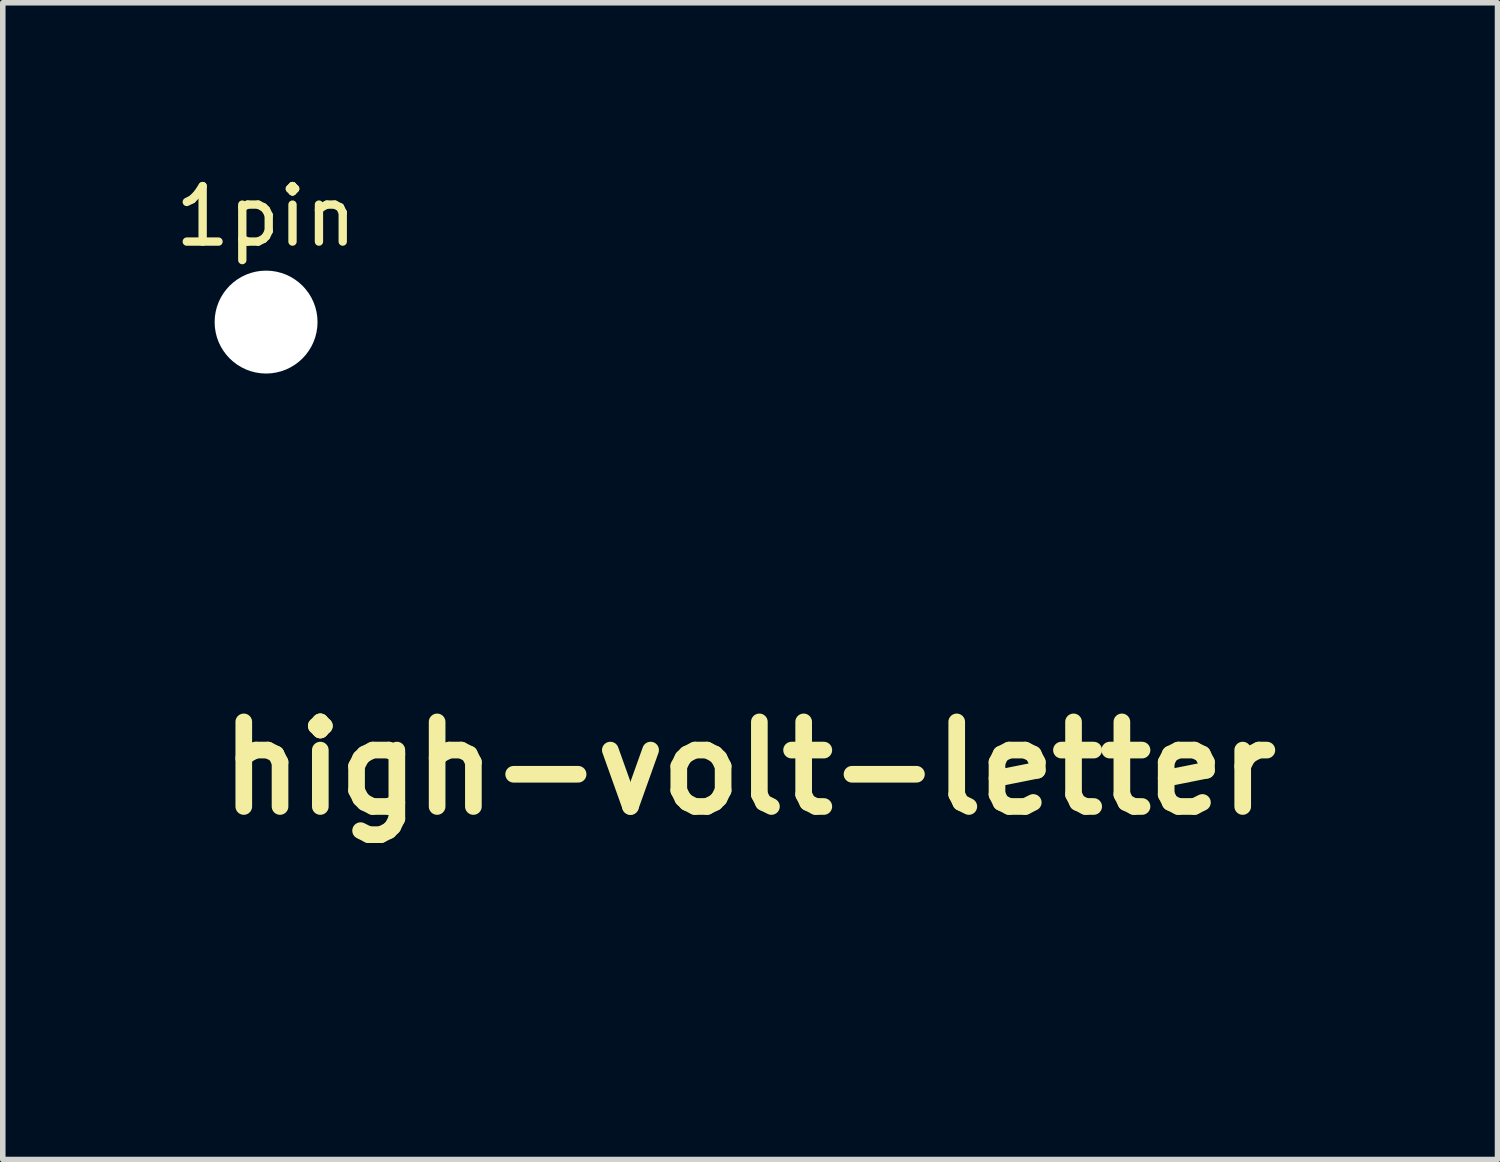
<source format=kicad_pcb>
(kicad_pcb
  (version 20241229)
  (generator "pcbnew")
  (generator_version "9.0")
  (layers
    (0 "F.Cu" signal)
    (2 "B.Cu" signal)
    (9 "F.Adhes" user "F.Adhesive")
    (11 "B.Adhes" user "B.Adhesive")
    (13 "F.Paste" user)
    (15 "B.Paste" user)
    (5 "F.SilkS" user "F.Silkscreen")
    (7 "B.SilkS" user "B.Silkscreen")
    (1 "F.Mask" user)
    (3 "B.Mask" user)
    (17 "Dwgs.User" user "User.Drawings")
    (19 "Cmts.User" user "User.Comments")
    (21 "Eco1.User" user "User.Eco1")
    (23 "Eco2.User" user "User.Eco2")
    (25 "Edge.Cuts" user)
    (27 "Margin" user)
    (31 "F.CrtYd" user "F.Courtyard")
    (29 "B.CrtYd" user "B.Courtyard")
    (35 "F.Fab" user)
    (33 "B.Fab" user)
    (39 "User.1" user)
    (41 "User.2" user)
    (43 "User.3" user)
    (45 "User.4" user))
  (footprint "high-volt-letter"
    (layer "F.Cu")
    (at 10.45 10.791)
    (property "Reference" "high-volt-letter" (at 0 0 0) (layer "F.SilkS") (effects (font (size 1.524 1.524) (thickness 0.3))))
    (attr through_hole)
    (fp_poly (pts (xy -4.064 3.962) (xy -4.775 3.962) (xy -4.775 0.508) (xy -4.064 0.508) (xy -4.064 3.962)) (stroke (width 0.01) (type solid)) (fill yes) (layer "F.Mask"))
    (fp_poly (pts (xy 0.914 3.962) (xy 0.203 3.962) (xy 0.203 0.508) (xy 0.914 0.508) (xy 0.914 3.962)) (stroke (width 0.01) (type solid)) (fill yes) (layer "F.Mask"))
    (fp_poly (pts (xy -7.899 -4.045) (xy -7.569 -4.013) (xy -7.552 -2.261) (xy -7.535 -0.508) (xy -8.23 -0.508) (xy -8.23 -4.077) (xy -7.899 -4.045)) (stroke (width 0.01) (type solid)) (fill yes) (layer "F.Mask"))
    (fp_poly (pts (xy 2.438 -1.321) (xy 2.845 -1.321) (xy 3.105 -1.311) (xy 3.221 -1.243) (xy 3.25 -1.057) (xy 3.251 -0.914) (xy 3.251 -0.508) (xy 1.727 -0.508) (xy 1.727 -4.064) (xy 2.438 -4.064) (xy 2.438 -1.321)) (stroke (width 0.01) (type solid)) (fill yes) (layer "F.Mask"))
    (fp_poly (pts (xy -3.406 0.529) (xy -3.003 0.559) (xy -2.663 2.388) (xy -2.653 1.448) (xy -2.642 0.508) (xy -1.93 0.508) (xy -1.93 3.962) (xy -2.722 3.962) (xy -2.927 2.921) (xy -3.131 1.88) (xy -3.14 2.921) (xy -3.15 3.962) (xy -3.81 3.962) (xy -3.81 0.499) (xy -3.406 0.529)) (stroke (width 0.01) (type solid)) (fill yes) (layer "F.Mask"))
    (fp_poly (pts (xy 4.775 -3.662) (xy 4.762 -3.398) (xy 4.698 -3.28) (xy 4.548 -3.251) (xy 4.521 -3.251) (xy 4.267 -3.251) (xy 4.267 -0.508) (xy 3.556 -0.508) (xy 3.556 -3.251) (xy 3.296 -3.251) (xy 3.127 -3.271) (xy 3.062 -3.37) (xy 3.065 -3.606) (xy 3.067 -3.632) (xy 3.099 -4.013) (xy 4.775 -4.072) (xy 4.775 -3.662)) (stroke (width 0.01) (type solid)) (fill yes) (layer "F.Mask"))
    (fp_poly (pts (xy -3.556 -0.508) (xy -4.267 -0.508) (xy -4.267 -1.219) (xy -4.276 -1.606) (xy -4.308 -1.827) (xy -4.372 -1.92) (xy -4.42 -1.93) (xy -4.502 -1.889) (xy -4.55 -1.738) (xy -4.57 -1.442) (xy -4.572 -1.219) (xy -4.572 -0.508) (xy -5.39 -0.508) (xy -5.362 -2.261) (xy -5.334 -4.013) (xy -4.623 -4.013) (xy -4.593 -3.378) (xy -4.561 -3.007) (xy -4.507 -2.806) (xy -4.419 -2.743) (xy -4.415 -2.743) (xy -4.331 -2.792) (xy -4.285 -2.961) (xy -4.268 -3.287) (xy -4.267 -3.404) (xy -4.267 -4.064) (xy -3.556 -4.064) (xy -3.556 -0.508)) (stroke (width 0.01) (type solid)) (fill yes) (layer "F.Mask"))
    (fp_poly (pts (xy -9.652 -3.404) (xy -9.646 -3.046) (xy -9.617 -2.847) (xy -9.554 -2.761) (xy -9.449 -2.743) (xy -9.339 -2.764) (xy -9.278 -2.855) (xy -9.251 -3.063) (xy -9.246 -3.404) (xy -9.246 -4.064) (xy -8.534 -4.064) (xy -8.534 -0.508) (xy -9.246 -0.508) (xy -9.246 -1.219) (xy -9.251 -1.593) (xy -9.276 -1.807) (xy -9.332 -1.905) (xy -9.433 -1.93) (xy -9.449 -1.93) (xy -9.556 -1.911) (xy -9.617 -1.825) (xy -9.645 -1.627) (xy -9.652 -1.276) (xy -9.652 -1.219) (xy -9.652 -0.508) (xy -10.363 -0.508) (xy -10.363 -4.064) (xy -9.652 -4.064) (xy -9.652 -3.404)) (stroke (width 0.01) (type solid)) (fill yes) (layer "F.Mask"))
    (fp_poly (pts (xy 4.775 0.864) (xy 4.763 1.091) (xy 4.687 1.192) (xy 4.489 1.218) (xy 4.369 1.219) (xy 4.108 1.231) (xy 3.992 1.296) (xy 3.963 1.459) (xy 3.962 1.524) (xy 3.983 1.731) (xy 4.087 1.814) (xy 4.306 1.829) (xy 4.546 1.852) (xy 4.655 1.957) (xy 4.695 2.134) (xy 4.715 2.384) (xy 4.645 2.502) (xy 4.438 2.538) (xy 4.301 2.54) (xy 4.074 2.557) (xy 3.981 2.649) (xy 3.962 2.879) (xy 3.962 2.896) (xy 3.975 3.123) (xy 4.051 3.224) (xy 4.249 3.25) (xy 4.369 3.251) (xy 4.629 3.262) (xy 4.745 3.328) (xy 4.774 3.502) (xy 4.775 3.607) (xy 4.775 3.962) (xy 3.251 3.962) (xy 3.251 0.508) (xy 4.775 0.508) (xy 4.775 0.864)) (stroke (width 0.01) (type solid)) (fill yes) (layer "F.Mask"))
    (fp_poly (pts (xy 10.009 -4.054) (xy 10.263 -4.01) (xy 10.389 -3.908) (xy 10.425 -3.725) (xy 10.417 -3.556) (xy 10.379 -3.392) (xy 10.258 -3.31) (xy 9.995 -3.273) (xy 9.968 -3.27) (xy 9.699 -3.24) (xy 9.581 -3.174) (xy 9.563 -3.033) (xy 9.57 -2.966) (xy 9.62 -2.781) (xy 9.757 -2.693) (xy 9.982 -2.661) (xy 10.232 -2.625) (xy 10.339 -2.535) (xy 10.363 -2.33) (xy 10.363 -2.28) (xy 10.351 -2.056) (xy 10.273 -1.957) (xy 10.073 -1.931) (xy 9.957 -1.93) (xy 9.696 -1.918) (xy 9.58 -1.853) (xy 9.551 -1.691) (xy 9.55 -1.626) (xy 9.564 -1.438) (xy 9.64 -1.349) (xy 9.835 -1.323) (xy 10.008 -1.321) (xy 10.465 -1.321) (xy 10.465 -0.508) (xy 8.839 -0.508) (xy 8.839 -4.064) (xy 9.59 -4.064) (xy 10.009 -4.054)) (stroke (width 0.01) (type solid)) (fill yes) (layer "F.Mask"))
    (fp_poly (pts (xy 2.255 0.529) (xy 2.568 0.609) (xy 2.78 0.777) (xy 2.909 1.058) (xy 2.974 1.481) (xy 2.993 2.072) (xy 2.992 2.235) (xy 2.976 2.868) (xy 2.923 3.326) (xy 2.815 3.637) (xy 2.633 3.828) (xy 2.359 3.927) (xy 1.973 3.961) (xy 1.822 3.962) (xy 1.118 3.962) (xy 1.118 2.252) (xy 1.829 2.252) (xy 1.832 2.71) (xy 1.845 3.002) (xy 1.877 3.164) (xy 1.935 3.235) (xy 2.026 3.251) (xy 2.032 3.251) (xy 2.125 3.237) (xy 2.184 3.17) (xy 2.217 3.014) (xy 2.232 2.73) (xy 2.235 2.283) (xy 2.235 2.246) (xy 2.228 1.754) (xy 2.203 1.434) (xy 2.157 1.254) (xy 2.093 1.186) (xy 1.979 1.162) (xy 1.903 1.213) (xy 1.858 1.369) (xy 1.836 1.66) (xy 1.829 2.118) (xy 1.829 2.252) (xy 1.118 2.252) (xy 1.118 0.508) (xy 1.822 0.508) (xy 2.255 0.529)) (stroke (width 0.01) (type solid)) (fill yes) (layer "F.Mask"))
    (fp_poly (pts (xy -1.576 -3.384) (xy -1.527 -2.905) (xy -1.471 -2.394) (xy -1.434 -2.083) (xy -1.361 -1.473) (xy -1.288 -2.184) (xy -1.24 -2.659) (xy -1.189 -3.155) (xy -1.157 -3.48) (xy -1.098 -4.064) (xy -0.752 -4.064) (xy -0.635 -4.066) (xy -0.542 -4.06) (xy -0.476 -4.025) (xy -0.436 -3.94) (xy -0.424 -3.785) (xy -0.44 -3.54) (xy -0.485 -3.185) (xy -0.559 -2.699) (xy -0.663 -2.063) (xy -0.799 -1.254) (xy -0.868 -0.838) (xy -0.918 -0.633) (xy -1.016 -0.537) (xy -1.227 -0.509) (xy -1.369 -0.508) (xy -1.675 -0.531) (xy -1.83 -0.612) (xy -1.868 -0.686) (xy -1.901 -0.846) (xy -1.957 -1.167) (xy -2.028 -1.607) (xy -2.107 -2.124) (xy -2.139 -2.337) (xy -2.217 -2.865) (xy -2.285 -3.324) (xy -2.337 -3.675) (xy -2.368 -3.879) (xy -2.372 -3.912) (xy -2.293 -3.985) (xy -2.078 -4.037) (xy -2.015 -4.044) (xy -1.643 -4.075) (xy -1.576 -3.384)) (stroke (width 0.01) (type solid)) (fill yes) (layer "F.Mask"))
    (fp_poly (pts (xy 10.445 1.231) (xy 10.414 1.772) (xy 9.347 2.25) (xy 8.823 2.482) (xy 8.459 2.633) (xy 8.231 2.708) (xy 8.113 2.712) (xy 8.083 2.648) (xy 8.116 2.523) (xy 8.131 2.483) (xy 8.2 2.273) (xy 8.197 2.163) (xy 8.098 2.156) (xy 7.881 2.252) (xy 7.522 2.454) (xy 7.37 2.544) (xy 6.89 2.825) (xy 6.561 3.009) (xy 6.361 3.104) (xy 6.266 3.117) (xy 6.254 3.057) (xy 6.302 2.931) (xy 6.312 2.907) (xy 6.388 2.679) (xy 6.337 2.586) (xy 6.15 2.626) (xy 5.821 2.795) (xy 5.602 2.917) (xy 5.491 2.965) (xy 5.498 2.929) (xy 5.632 2.795) (xy 5.903 2.554) (xy 6.31 2.202) (xy 6.679 1.892) (xy 6.917 1.708) (xy 7.043 1.642) (xy 7.075 1.681) (xy 7.047 1.778) (xy 7.022 1.872) (xy 7.055 1.91) (xy 7.17 1.884) (xy 7.392 1.786) (xy 7.745 1.605) (xy 8.19 1.368) (xy 9.238 0.806) (xy 9.084 1.175) (xy 8.93 1.544) (xy 10.476 0.691) (xy 10.445 1.231)) (stroke (width 0.01) (type solid)) (fill yes) (layer "F.Mask"))
    (fp_poly (pts (xy -0.498 0.489) (xy -0.206 0.701) (xy -0.028 0.992) (xy 0 1.164) (xy -0.027 1.341) (xy -0.148 1.411) (xy -0.344 1.422) (xy -0.598 1.39) (xy -0.721 1.27) (xy -0.747 1.196) (xy -0.816 1.045) (xy -0.915 1.077) (xy -0.924 1.087) (xy -1.005 1.291) (xy -0.928 1.537) (xy -0.719 1.77) (xy -0.575 1.864) (xy -0.226 2.131) (xy -0.028 2.493) (xy 0.036 2.982) (xy 0.035 3.086) (xy 0.002 3.434) (xy -0.091 3.662) (xy -0.25 3.833) (xy -0.618 4.026) (xy -1.027 4.044) (xy -1.413 3.887) (xy -1.459 3.853) (xy -1.671 3.604) (xy -1.727 3.295) (xy -1.71 3.06) (xy -1.618 2.964) (xy -1.388 2.946) (xy -1.379 2.946) (xy -1.132 2.972) (xy -1.022 3.075) (xy -0.998 3.175) (xy -0.928 3.354) (xy -0.828 3.356) (xy -0.745 3.193) (xy -0.731 3.112) (xy -0.752 2.933) (xy -0.887 2.753) (xy -1.161 2.534) (xy -1.509 2.215) (xy -1.69 1.853) (xy -1.723 1.399) (xy -1.692 1.137) (xy -1.543 0.744) (xy -1.258 0.495) (xy -0.854 0.406) (xy -0.848 0.406) (xy -0.498 0.489)) (stroke (width 0.01) (type solid)) (fill yes) (layer "F.Mask"))
    (fp_poly (pts (xy 5.68 -4.043) (xy 6.138 -4.013) (xy 6.416 -2.438) (xy 6.535 -1.771) (xy 6.619 -1.279) (xy 6.668 -0.934) (xy 6.681 -0.71) (xy 6.657 -0.582) (xy 6.596 -0.523) (xy 6.497 -0.507) (xy 6.358 -0.508) (xy 6.357 -0.508) (xy 6.116 -0.53) (xy 6.009 -0.629) (xy 5.976 -0.787) (xy 5.911 -0.997) (xy 5.746 -1.065) (xy 5.69 -1.067) (xy 5.494 -1.022) (xy 5.412 -0.849) (xy 5.403 -0.787) (xy 5.361 -0.607) (xy 5.248 -0.527) (xy 5.002 -0.508) (xy 4.965 -0.508) (xy 4.706 -0.522) (xy 4.604 -0.581) (xy 4.609 -0.686) (xy 4.643 -0.843) (xy 4.705 -1.163) (xy 4.786 -1.605) (xy 4.85 -1.956) (xy 5.497 -1.956) (xy 5.542 -1.847) (xy 5.626 -1.829) (xy 5.729 -1.873) (xy 5.776 -2.034) (xy 5.784 -2.311) (xy 5.766 -2.612) (xy 5.727 -2.866) (xy 5.679 -3.041) (xy 5.634 -3.101) (xy 5.602 -3.013) (xy 5.594 -2.896) (xy 5.571 -2.579) (xy 5.526 -2.228) (xy 5.523 -2.21) (xy 5.497 -1.956) (xy 4.85 -1.956) (xy 4.881 -2.131) (xy 4.941 -2.469) (xy 5.222 -4.073) (xy 5.68 -4.043)) (stroke (width 0.01) (type solid)) (fill yes) (layer "F.Mask"))
    (fp_poly (pts (xy 0.916 -4.049) (xy 1.144 -3.985) (xy 1.301 -3.845) (xy 1.398 -3.601) (xy 1.45 -3.226) (xy 1.471 -2.692) (xy 1.473 -2.278) (xy 1.471 -1.721) (xy 1.459 -1.33) (xy 1.435 -1.068) (xy 1.392 -0.899) (xy 1.326 -0.786) (xy 1.27 -0.726) (xy 0.904 -0.512) (xy 0.462 -0.475) (xy 0.246 -0.518) (xy 0.035 -0.61) (xy -0.117 -0.766) (xy -0.217 -1.017) (xy -0.275 -1.393) (xy -0.297 -1.843) (xy 0.418 -1.843) (xy 0.43 -1.468) (xy 0.467 -1.244) (xy 0.533 -1.144) (xy 0.634 -1.143) (xy 0.635 -1.143) (xy 0.697 -1.234) (xy 0.737 -1.471) (xy 0.758 -1.876) (xy 0.762 -2.294) (xy 0.758 -2.793) (xy 0.741 -3.12) (xy 0.709 -3.309) (xy 0.656 -3.391) (xy 0.61 -3.404) (xy 0.537 -3.367) (xy 0.487 -3.234) (xy 0.454 -2.973) (xy 0.433 -2.552) (xy 0.428 -2.395) (xy 0.418 -1.843) (xy -0.297 -1.843) (xy -0.301 -1.923) (xy -0.305 -2.328) (xy -0.301 -2.854) (xy -0.285 -3.22) (xy -0.252 -3.468) (xy -0.195 -3.64) (xy -0.108 -3.779) (xy -0.094 -3.796) (xy 0.079 -3.968) (xy 0.295 -4.046) (xy 0.601 -4.064) (xy 0.916 -4.049)) (stroke (width 0.01) (type solid)) (fill yes) (layer "F.Mask"))
    (fp_poly (pts (xy -6.152 -4.057) (xy -5.856 -3.87) (xy -5.653 -3.561) (xy -5.588 -3.196) (xy -5.624 -3.015) (xy -5.771 -2.951) (xy -5.882 -2.946) (xy -6.114 -2.991) (xy -6.227 -3.156) (xy -6.239 -3.2) (xy -6.339 -3.391) (xy -6.454 -3.454) (xy -6.52 -3.422) (xy -6.564 -3.304) (xy -6.59 -3.069) (xy -6.602 -2.686) (xy -6.604 -2.279) (xy -6.601 -1.774) (xy -6.59 -1.44) (xy -6.565 -1.243) (xy -6.521 -1.152) (xy -6.453 -1.133) (xy -6.426 -1.136) (xy -6.311 -1.234) (xy -6.231 -1.428) (xy -6.199 -1.64) (xy -6.232 -1.795) (xy -6.293 -1.829) (xy -6.369 -1.917) (xy -6.401 -2.13) (xy -6.401 -2.134) (xy -6.388 -2.321) (xy -6.311 -2.41) (xy -6.116 -2.437) (xy -5.944 -2.438) (xy -5.486 -2.438) (xy -5.486 -1.473) (xy -5.488 -1.026) (xy -5.501 -0.744) (xy -5.533 -0.589) (xy -5.595 -0.523) (xy -5.696 -0.508) (xy -5.732 -0.508) (xy -5.941 -0.555) (xy -6.029 -0.635) (xy -6.104 -0.705) (xy -6.164 -0.649) (xy -6.385 -0.501) (xy -6.69 -0.467) (xy -6.885 -0.513) (xy -7.07 -0.636) (xy -7.203 -0.853) (xy -7.289 -1.19) (xy -7.336 -1.676) (xy -7.35 -2.313) (xy -7.347 -2.83) (xy -7.33 -3.188) (xy -7.293 -3.431) (xy -7.229 -3.604) (xy -7.15 -3.729) (xy -6.844 -4.002) (xy -6.496 -4.106) (xy -6.152 -4.057)) (stroke (width 0.01) (type solid)) (fill yes) (layer "F.Mask"))
    (fp_poly (pts (xy -10.22 0.76) (xy -9.962 0.887) (xy -9.64 1.066) (xy -9.631 1.071) (xy -9.263 1.276) (xy -9.046 1.365) (xy -8.963 1.342) (xy -8.997 1.207) (xy -9.034 1.133) (xy -9.121 0.945) (xy -9.144 0.863) (xy -9.06 0.882) (xy -8.832 0.98) (xy -8.493 1.143) (xy -8.08 1.354) (xy -8.066 1.361) (xy -7.607 1.596) (xy -7.3 1.741) (xy -7.12 1.803) (xy -7.043 1.792) (xy -7.041 1.724) (xy -7.067 1.563) (xy -7.054 1.524) (xy -6.967 1.585) (xy -6.766 1.746) (xy -6.488 1.974) (xy -6.174 2.236) (xy -5.863 2.5) (xy -5.593 2.733) (xy -5.404 2.903) (xy -5.385 2.92) (xy -5.383 2.95) (xy -5.524 2.888) (xy -5.778 2.747) (xy -5.778 2.747) (xy -6.068 2.588) (xy -6.281 2.489) (xy -6.365 2.47) (xy -6.363 2.584) (xy -6.299 2.794) (xy -6.232 3.002) (xy -6.22 3.103) (xy -6.313 3.065) (xy -6.544 2.943) (xy -6.875 2.757) (xy -7.195 2.571) (xy -7.583 2.348) (xy -7.903 2.176) (xy -8.118 2.075) (xy -8.188 2.059) (xy -8.19 2.176) (xy -8.128 2.388) (xy -8.06 2.596) (xy -8.049 2.697) (xy -8.147 2.669) (xy -8.393 2.57) (xy -8.753 2.417) (xy -9.189 2.224) (xy -9.246 2.198) (xy -10.414 1.672) (xy -10.445 1.191) (xy -10.443 0.868) (xy -10.386 0.719) (xy -10.36 0.711) (xy -10.22 0.76)) (stroke (width 0.01) (type solid)) (fill yes) (layer "F.Mask"))
    (fp_poly (pts (xy 8.118 -4.005) (xy 8.378 -3.811) (xy 8.529 -3.479) (xy 8.608 -3.173) (xy 8.61 -3.015) (xy 8.513 -2.955) (xy 8.296 -2.946) (xy 8.287 -2.946) (xy 8.041 -2.972) (xy 7.931 -3.075) (xy 7.906 -3.175) (xy 7.823 -3.354) (xy 7.722 -3.404) (xy 7.653 -3.372) (xy 7.608 -3.254) (xy 7.582 -3.019) (xy 7.571 -2.635) (xy 7.569 -2.287) (xy 7.573 -1.793) (xy 7.587 -1.466) (xy 7.617 -1.271) (xy 7.669 -1.174) (xy 7.747 -1.137) (xy 7.868 -1.154) (xy 7.918 -1.299) (xy 7.925 -1.466) (xy 7.9 -1.704) (xy 7.838 -1.825) (xy 7.823 -1.829) (xy 7.752 -1.917) (xy 7.722 -2.13) (xy 7.722 -2.134) (xy 7.735 -2.321) (xy 7.811 -2.41) (xy 8.006 -2.437) (xy 8.179 -2.438) (xy 8.636 -2.438) (xy 8.636 -1.473) (xy 8.634 -1.026) (xy 8.622 -0.744) (xy 8.59 -0.589) (xy 8.528 -0.523) (xy 8.425 -0.508) (xy 8.382 -0.508) (xy 8.191 -0.541) (xy 8.128 -0.604) (xy 8.052 -0.629) (xy 7.866 -0.562) (xy 7.849 -0.553) (xy 7.631 -0.447) (xy 7.491 -0.427) (xy 7.322 -0.491) (xy 7.244 -0.528) (xy 7.058 -0.679) (xy 6.928 -0.94) (xy 6.848 -1.337) (xy 6.811 -1.895) (xy 6.807 -2.235) (xy 6.826 -2.905) (xy 6.89 -3.398) (xy 7.012 -3.737) (xy 7.202 -3.945) (xy 7.473 -4.045) (xy 7.722 -4.064) (xy 8.118 -4.005)) (stroke (width 0.01) (type solid)) (fill yes) (layer "F.Mask")))
  (footprint "1pin"
    (layer "F.Cu")
    (at 1.744 2.753)
    (property "Reference" "1pin" (at 0 -1.905 0) (layer "F.SilkS") (effects (font (size 1 1) (thickness 0.15))))
    (attr through_hole)
    (pad "" np_thru_hole circle (at 0 0) (size 1.854 1.854) (drill 1.854) (layers "*.Cu" "*.Mask")))
  (gr_rect
    (start -3 -3)
    (end 23.931 17.841)
    (stroke (width 0.1) (type default))
    (fill no)
    (layer "Edge.Cuts")))
</source>
